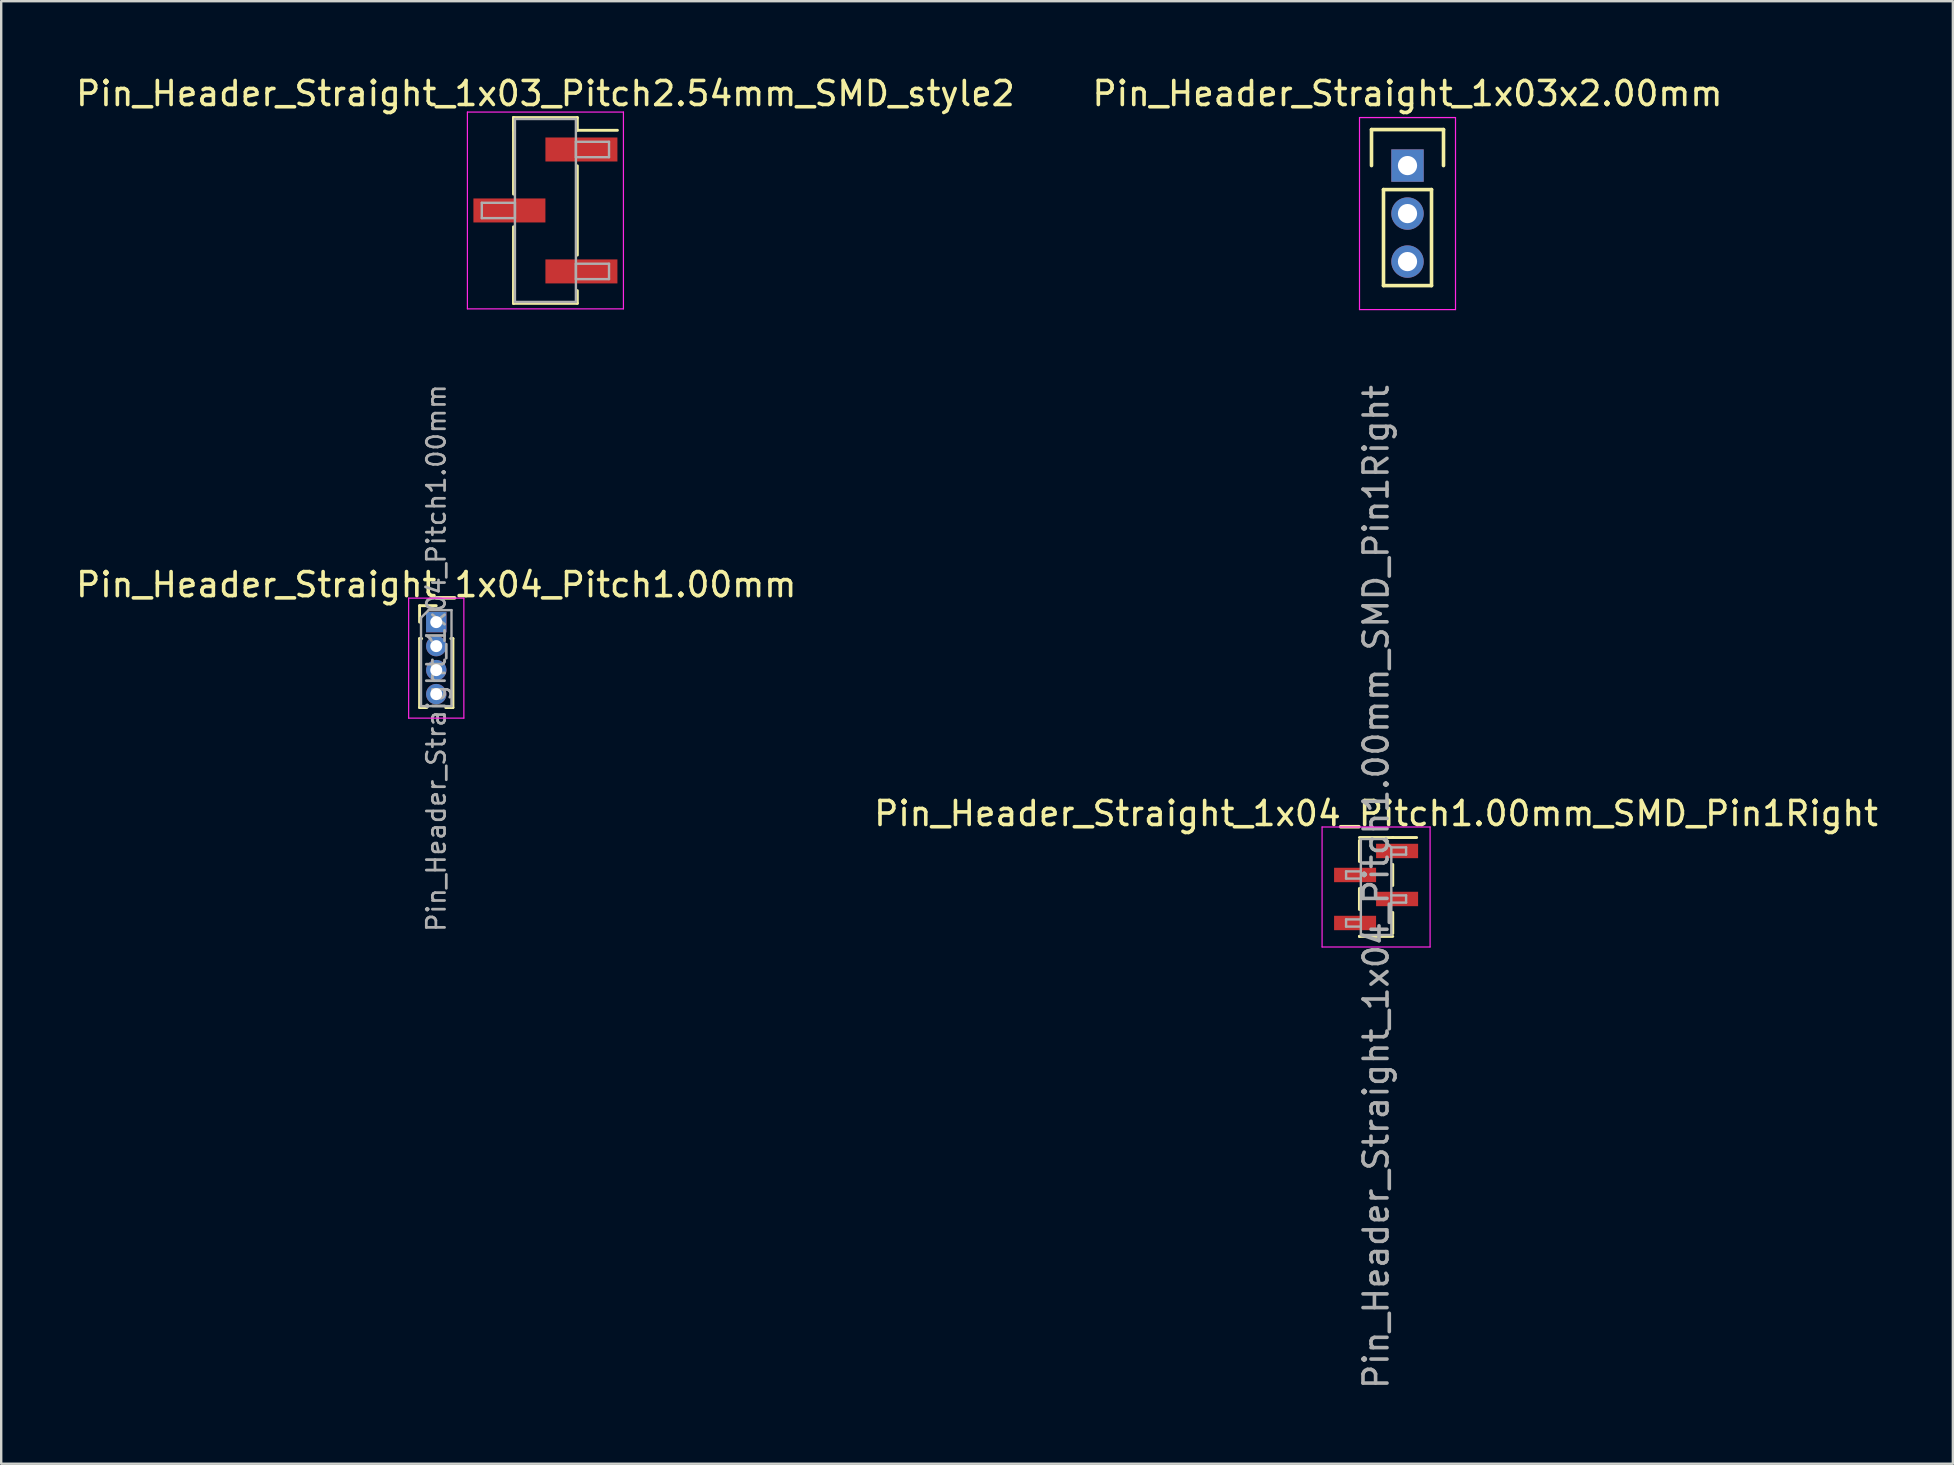
<source format=kicad_pcb>
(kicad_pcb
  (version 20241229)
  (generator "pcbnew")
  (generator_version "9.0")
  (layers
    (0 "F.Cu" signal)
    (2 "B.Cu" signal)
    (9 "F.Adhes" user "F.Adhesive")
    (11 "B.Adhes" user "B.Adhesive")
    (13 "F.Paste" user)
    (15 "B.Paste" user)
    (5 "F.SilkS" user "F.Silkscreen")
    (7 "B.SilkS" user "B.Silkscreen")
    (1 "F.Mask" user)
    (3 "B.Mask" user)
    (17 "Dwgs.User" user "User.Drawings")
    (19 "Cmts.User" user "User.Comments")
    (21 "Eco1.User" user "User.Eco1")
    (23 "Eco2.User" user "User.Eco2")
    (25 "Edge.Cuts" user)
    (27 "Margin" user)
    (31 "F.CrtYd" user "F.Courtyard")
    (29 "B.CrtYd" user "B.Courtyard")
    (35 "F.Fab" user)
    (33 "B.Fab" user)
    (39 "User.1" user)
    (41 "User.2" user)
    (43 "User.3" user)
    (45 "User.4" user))
  (footprint "Pin_Header_Straight_1x04_Pitch1.00mm_SMD_Pin1Right"
    (layer "F.Cu")
    (at 54.28 33.903)
    (property "Reference" "Pin_Header_Straight_1x04_Pitch1.00mm_SMD_Pin1Right" (at 0 -3.06 0) (layer "F.SilkS") (effects (font (size 1 1) (thickness 0.15))))
    (attr smd)
    (fp_line (start -0.695 -2.06) (end 0.695 -2.06) (stroke (width 0.12) (type solid)) (layer "F.SilkS"))
    (fp_line (start -0.695 -1.94) (end -0.695 -1.06) (stroke (width 0.12) (type solid)) (layer "F.SilkS"))
    (fp_line (start -0.695 0.06) (end -0.695 0.94) (stroke (width 0.12) (type solid)) (layer "F.SilkS"))
    (fp_line (start -0.695 2.06) (end -0.695 2.06) (stroke (width 0.12) (type solid)) (layer "F.SilkS"))
    (fp_line (start -0.695 2.06) (end 0.695 2.06) (stroke (width 0.12) (type solid)) (layer "F.SilkS"))
    (fp_line (start 0.695 -2.06) (end 0.695 -2.06) (stroke (width 0.12) (type solid)) (layer "F.SilkS"))
    (fp_line (start 0.695 -2.06) (end 1.69 -2.06) (stroke (width 0.12) (type solid)) (layer "F.SilkS"))
    (fp_line (start 0.695 -0.94) (end 0.695 -0.06) (stroke (width 0.12) (type solid)) (layer "F.SilkS"))
    (fp_line (start 0.695 1.06) (end 0.695 1.94) (stroke (width 0.12) (type solid)) (layer "F.SilkS"))
    (fp_line (start -2.25 -2.5) (end -2.25 2.5) (stroke (width 0.05) (type solid)) (layer "F.CrtYd"))
    (fp_line (start -2.25 2.5) (end 2.25 2.5) (stroke (width 0.05) (type solid)) (layer "F.CrtYd"))
    (fp_line (start 2.25 -2.5) (end -2.25 -2.5) (stroke (width 0.05) (type solid)) (layer "F.CrtYd"))
    (fp_line (start 2.25 2.5) (end 2.25 -2.5) (stroke (width 0.05) (type solid)) (layer "F.CrtYd"))
    (fp_line (start -1.25 -0.65) (end -1.25 -0.35) (stroke (width 0.1) (type solid)) (layer "F.Fab"))
    (fp_line (start -1.25 -0.35) (end -0.635 -0.35) (stroke (width 0.1) (type solid)) (layer "F.Fab"))
    (fp_line (start -1.25 1.35) (end -1.25 1.65) (stroke (width 0.1) (type solid)) (layer "F.Fab"))
    (fp_line (start -1.25 1.65) (end -0.635 1.65) (stroke (width 0.1) (type solid)) (layer "F.Fab"))
    (fp_line (start -0.635 -2) (end -0.635 2) (stroke (width 0.1) (type solid)) (layer "F.Fab"))
    (fp_line (start -0.635 -2) (end 0.285 -2) (stroke (width 0.1) (type solid)) (layer "F.Fab"))
    (fp_line (start -0.635 -0.65) (end -1.25 -0.65) (stroke (width 0.1) (type solid)) (layer "F.Fab"))
    (fp_line (start -0.635 1.35) (end -1.25 1.35) (stroke (width 0.1) (type solid)) (layer "F.Fab"))
    (fp_line (start 0.635 -1.65) (end 0.285 -2) (stroke (width 0.1) (type solid)) (layer "F.Fab"))
    (fp_line (start 0.635 -1.65) (end 1.25 -1.65) (stroke (width 0.1) (type solid)) (layer "F.Fab"))
    (fp_line (start 0.635 0.35) (end 1.25 0.35) (stroke (width 0.1) (type solid)) (layer "F.Fab"))
    (fp_line (start 0.635 2) (end -0.635 2) (stroke (width 0.1) (type solid)) (layer "F.Fab"))
    (fp_line (start 0.635 2) (end 0.635 -1.65) (stroke (width 0.1) (type solid)) (layer "F.Fab"))
    (fp_line (start 1.25 -1.65) (end 1.25 -1.35) (stroke (width 0.1) (type solid)) (layer "F.Fab"))
    (fp_line (start 1.25 -1.35) (end 0.635 -1.35) (stroke (width 0.1) (type solid)) (layer "F.Fab"))
    (fp_line (start 1.25 0.35) (end 1.25 0.65) (stroke (width 0.1) (type solid)) (layer "F.Fab"))
    (fp_line (start 1.25 0.65) (end 0.635 0.65) (stroke (width 0.1) (type solid)) (layer "F.Fab"))
    (fp_text user "${REFERENCE}" (at 0 0 90) (layer "F.Fab") (effects (font (size 1 1) (thickness 0.15))))
    (pad "1" smd rect (at 0.875 -1.5) (size 1.75 0.6) (layers "F.Cu" "F.Mask" "F.Paste"))
    (pad "2" smd rect (at -0.875 -0.5) (size 1.75 0.6) (layers "F.Cu" "F.Mask" "F.Paste"))
    (pad "3" smd rect (at 0.875 0.5) (size 1.75 0.6) (layers "F.Cu" "F.Mask" "F.Paste"))
    (pad "4" smd rect (at -0.875 1.5) (size 1.75 0.6) (layers "F.Cu" "F.Mask" "F.Paste")))
  (footprint "Pin_Header_Straight_1x03x2.00mm"
    (layer "F.Cu")
    (at 55.589 3.848)
    (property "Reference" "Pin_Header_Straight_1x03x2.00mm" (at 0 -3 0) (layer "F.SilkS") (effects (font (size 1 1) (thickness 0.15))))
    (attr through_hole)
    (fp_line (start -1.5 -1.5) (end 1.5 -1.5) (stroke (width 0.15) (type solid)) (layer "F.SilkS"))
    (fp_line (start -1.5 0) (end -1.5 -1.5) (stroke (width 0.15) (type solid)) (layer "F.SilkS"))
    (fp_line (start -1 1) (end 1 1) (stroke (width 0.15) (type solid)) (layer "F.SilkS"))
    (fp_line (start -1 5) (end -1 1) (stroke (width 0.15) (type solid)) (layer "F.SilkS"))
    (fp_line (start 1 1) (end 1 5) (stroke (width 0.15) (type solid)) (layer "F.SilkS"))
    (fp_line (start 1 5) (end -1 5) (stroke (width 0.15) (type solid)) (layer "F.SilkS"))
    (fp_line (start 1.5 -1.5) (end 1.5 0) (stroke (width 0.15) (type solid)) (layer "F.SilkS"))
    (fp_line (start -2 -2) (end 2 -2) (stroke (width 0.05) (type solid)) (layer "F.CrtYd"))
    (fp_line (start -2 6) (end -2 -2) (stroke (width 0.05) (type solid)) (layer "F.CrtYd"))
    (fp_line (start 2 -2) (end 2 6) (stroke (width 0.05) (type solid)) (layer "F.CrtYd"))
    (fp_line (start 2 6) (end -2 6) (stroke (width 0.05) (type solid)) (layer "F.CrtYd"))
    (pad "1" thru_hole rect (at 0 0) (size 1.35 1.35) (drill 0.8) (layers "*.Cu" "*.Mask"))
    (pad "2" thru_hole circle (at 0 2) (size 1.35 1.35) (drill 0.8) (layers "*.Cu" "*.Mask"))
    (pad "3" thru_hole circle (at 0 4) (size 1.35 1.35) (drill 0.8) (layers "*.Cu" "*.Mask")))
  (footprint "Pin_Header_Straight_1x04_Pitch1.00mm"
    (layer "F.Cu")
    (at 15.125 22.868)
    (property "Reference" "Pin_Header_Straight_1x04_Pitch1.00mm" (at 0 -1.56 0) (layer "F.SilkS") (effects (font (size 1 1) (thickness 0.15))))
    (attr through_hole)
    (fp_line (start -0.695 -0.685) (end 0 -0.685) (stroke (width 0.12) (type solid)) (layer "F.SilkS"))
    (fp_line (start -0.695 0) (end -0.695 -0.685) (stroke (width 0.12) (type solid)) (layer "F.SilkS"))
    (fp_line (start -0.695 0.685) (end -0.695 3.56) (stroke (width 0.12) (type solid)) (layer "F.SilkS"))
    (fp_line (start -0.695 0.685) (end -0.608 0.685) (stroke (width 0.12) (type solid)) (layer "F.SilkS"))
    (fp_line (start -0.695 3.56) (end -0.394 3.56) (stroke (width 0.12) (type solid)) (layer "F.SilkS"))
    (fp_line (start 0.394 3.56) (end 0.695 3.56) (stroke (width 0.12) (type solid)) (layer "F.SilkS"))
    (fp_line (start 0.608 0.685) (end 0.695 0.685) (stroke (width 0.12) (type solid)) (layer "F.SilkS"))
    (fp_line (start 0.695 0.685) (end 0.695 3.56) (stroke (width 0.12) (type solid)) (layer "F.SilkS"))
    (fp_line (start -1.15 -1) (end -1.15 4) (stroke (width 0.05) (type solid)) (layer "F.CrtYd"))
    (fp_line (start -1.15 4) (end 1.15 4) (stroke (width 0.05) (type solid)) (layer "F.CrtYd"))
    (fp_line (start 1.15 -1) (end -1.15 -1) (stroke (width 0.05) (type solid)) (layer "F.CrtYd"))
    (fp_line (start 1.15 4) (end 1.15 -1) (stroke (width 0.05) (type solid)) (layer "F.CrtYd"))
    (fp_line (start -0.635 -0.182) (end -0.318 -0.5) (stroke (width 0.1) (type solid)) (layer "F.Fab"))
    (fp_line (start -0.635 3.5) (end -0.635 -0.182) (stroke (width 0.1) (type solid)) (layer "F.Fab"))
    (fp_line (start -0.318 -0.5) (end 0.635 -0.5) (stroke (width 0.1) (type solid)) (layer "F.Fab"))
    (fp_line (start 0.635 -0.5) (end 0.635 3.5) (stroke (width 0.1) (type solid)) (layer "F.Fab"))
    (fp_line (start 0.635 3.5) (end -0.635 3.5) (stroke (width 0.1) (type solid)) (layer "F.Fab"))
    (fp_text user "${REFERENCE}" (at 0 1.5 90) (layer "F.Fab") (effects (font (size 0.76 0.76) (thickness 0.114))))
    (pad "1" thru_hole rect (at 0 0) (size 0.85 0.85) (drill 0.5) (layers "*.Cu" "*.Mask"))
    (pad "2" thru_hole oval (at 0 1) (size 0.85 0.85) (drill 0.5) (layers "*.Cu" "*.Mask"))
    (pad "3" thru_hole oval (at 0 2) (size 0.85 0.85) (drill 0.5) (layers "*.Cu" "*.Mask"))
    (pad "4" thru_hole oval (at 0 3) (size 0.85 0.85) (drill 0.5) (layers "*.Cu" "*.Mask")))
  (footprint "Pin_Header_Straight_1x03_Pitch2.54mm_SMD_style2"
    (layer "F.Cu")
    (at 19.673 5.718)
    (property "Reference" "Pin_Header_Straight_1x03_Pitch2.54mm_SMD_style2" (at 0 -4.87 0) (layer "F.SilkS") (effects (font (size 1 1) (thickness 0.15))))
    (attr smd)
    (fp_line (start -1.33 -3.87) (end -1.33 -0.68) (stroke (width 0.12) (type solid)) (layer "F.SilkS"))
    (fp_line (start -1.33 -3.87) (end 1.33 -3.87) (stroke (width 0.12) (type solid)) (layer "F.SilkS"))
    (fp_line (start -1.33 -3.34) (end -1.33 -3.87) (stroke (width 0.12) (type solid)) (layer "F.SilkS"))
    (fp_line (start -1.33 0.68) (end -1.33 3.87) (stroke (width 0.12) (type solid)) (layer "F.SilkS"))
    (fp_line (start -1.33 3.34) (end -1.33 3.87) (stroke (width 0.12) (type solid)) (layer "F.SilkS"))
    (fp_line (start -1.33 3.87) (end 1.33 3.87) (stroke (width 0.12) (type solid)) (layer "F.SilkS"))
    (fp_line (start 1.33 -3.87) (end 1.33 -3.34) (stroke (width 0.12) (type solid)) (layer "F.SilkS"))
    (fp_line (start 1.33 -3.34) (end 3 -3.34) (stroke (width 0.12) (type solid)) (layer "F.SilkS"))
    (fp_line (start 1.33 -1.86) (end 1.33 1.86) (stroke (width 0.12) (type solid)) (layer "F.SilkS"))
    (fp_line (start 1.33 3.87) (end 1.33 3.34) (stroke (width 0.12) (type solid)) (layer "F.SilkS"))
    (fp_line (start -3.25 -4.1) (end -3.25 4.1) (stroke (width 0.05) (type solid)) (layer "F.CrtYd"))
    (fp_line (start -3.25 4.1) (end 3.25 4.1) (stroke (width 0.05) (type solid)) (layer "F.CrtYd"))
    (fp_line (start 3.25 -4.1) (end -3.25 -4.1) (stroke (width 0.05) (type solid)) (layer "F.CrtYd"))
    (fp_line (start 3.25 4.1) (end 3.25 -4.1) (stroke (width 0.05) (type solid)) (layer "F.CrtYd"))
    (fp_line (start -2.65 -0.32) (end -1.27 -0.32) (stroke (width 0.1) (type solid)) (layer "F.Fab"))
    (fp_line (start -2.65 0.32) (end -2.65 -0.32) (stroke (width 0.1) (type solid)) (layer "F.Fab"))
    (fp_line (start -1.27 -3.81) (end -1.27 3.81) (stroke (width 0.1) (type solid)) (layer "F.Fab"))
    (fp_line (start -1.27 -0.32) (end -1.27 0.32) (stroke (width 0.1) (type solid)) (layer "F.Fab"))
    (fp_line (start -1.27 0.32) (end -2.65 0.32) (stroke (width 0.1) (type solid)) (layer "F.Fab"))
    (fp_line (start -1.27 3.81) (end 1.27 3.81) (stroke (width 0.1) (type solid)) (layer "F.Fab"))
    (fp_line (start 1.27 -3.81) (end -1.27 -3.81) (stroke (width 0.1) (type solid)) (layer "F.Fab"))
    (fp_line (start 1.27 -2.86) (end 1.27 -2.22) (stroke (width 0.1) (type solid)) (layer "F.Fab"))
    (fp_line (start 1.27 -2.22) (end 2.65 -2.22) (stroke (width 0.1) (type solid)) (layer "F.Fab"))
    (fp_line (start 1.27 2.22) (end 1.27 2.86) (stroke (width 0.1) (type solid)) (layer "F.Fab"))
    (fp_line (start 1.27 2.86) (end 2.65 2.86) (stroke (width 0.1) (type solid)) (layer "F.Fab"))
    (fp_line (start 1.27 3.81) (end 1.27 -3.81) (stroke (width 0.1) (type solid)) (layer "F.Fab"))
    (fp_line (start 2.65 -2.86) (end 1.27 -2.86) (stroke (width 0.1) (type solid)) (layer "F.Fab"))
    (fp_line (start 2.65 -2.22) (end 2.65 -2.86) (stroke (width 0.1) (type solid)) (layer "F.Fab"))
    (fp_line (start 2.65 2.22) (end 1.27 2.22) (stroke (width 0.1) (type solid)) (layer "F.Fab"))
    (fp_line (start 2.65 2.86) (end 2.65 2.22) (stroke (width 0.1) (type solid)) (layer "F.Fab"))
    (pad "1" smd rect (at 1.5 -2.54) (size 3 1) (layers "F.Cu" "F.Mask"))
    (pad "2" smd rect (at -1.5 0) (size 3 1) (layers "F.Cu" "F.Mask"))
    (pad "3" smd rect (at 1.5 2.54) (size 3 1) (layers "F.Cu" "F.Mask")))
  (gr_rect
    (start -3 -3)
    (end 78.31 57.933)
    (stroke (width 0.1) (type default))
    (fill no)
    (layer "Edge.Cuts")))
</source>
